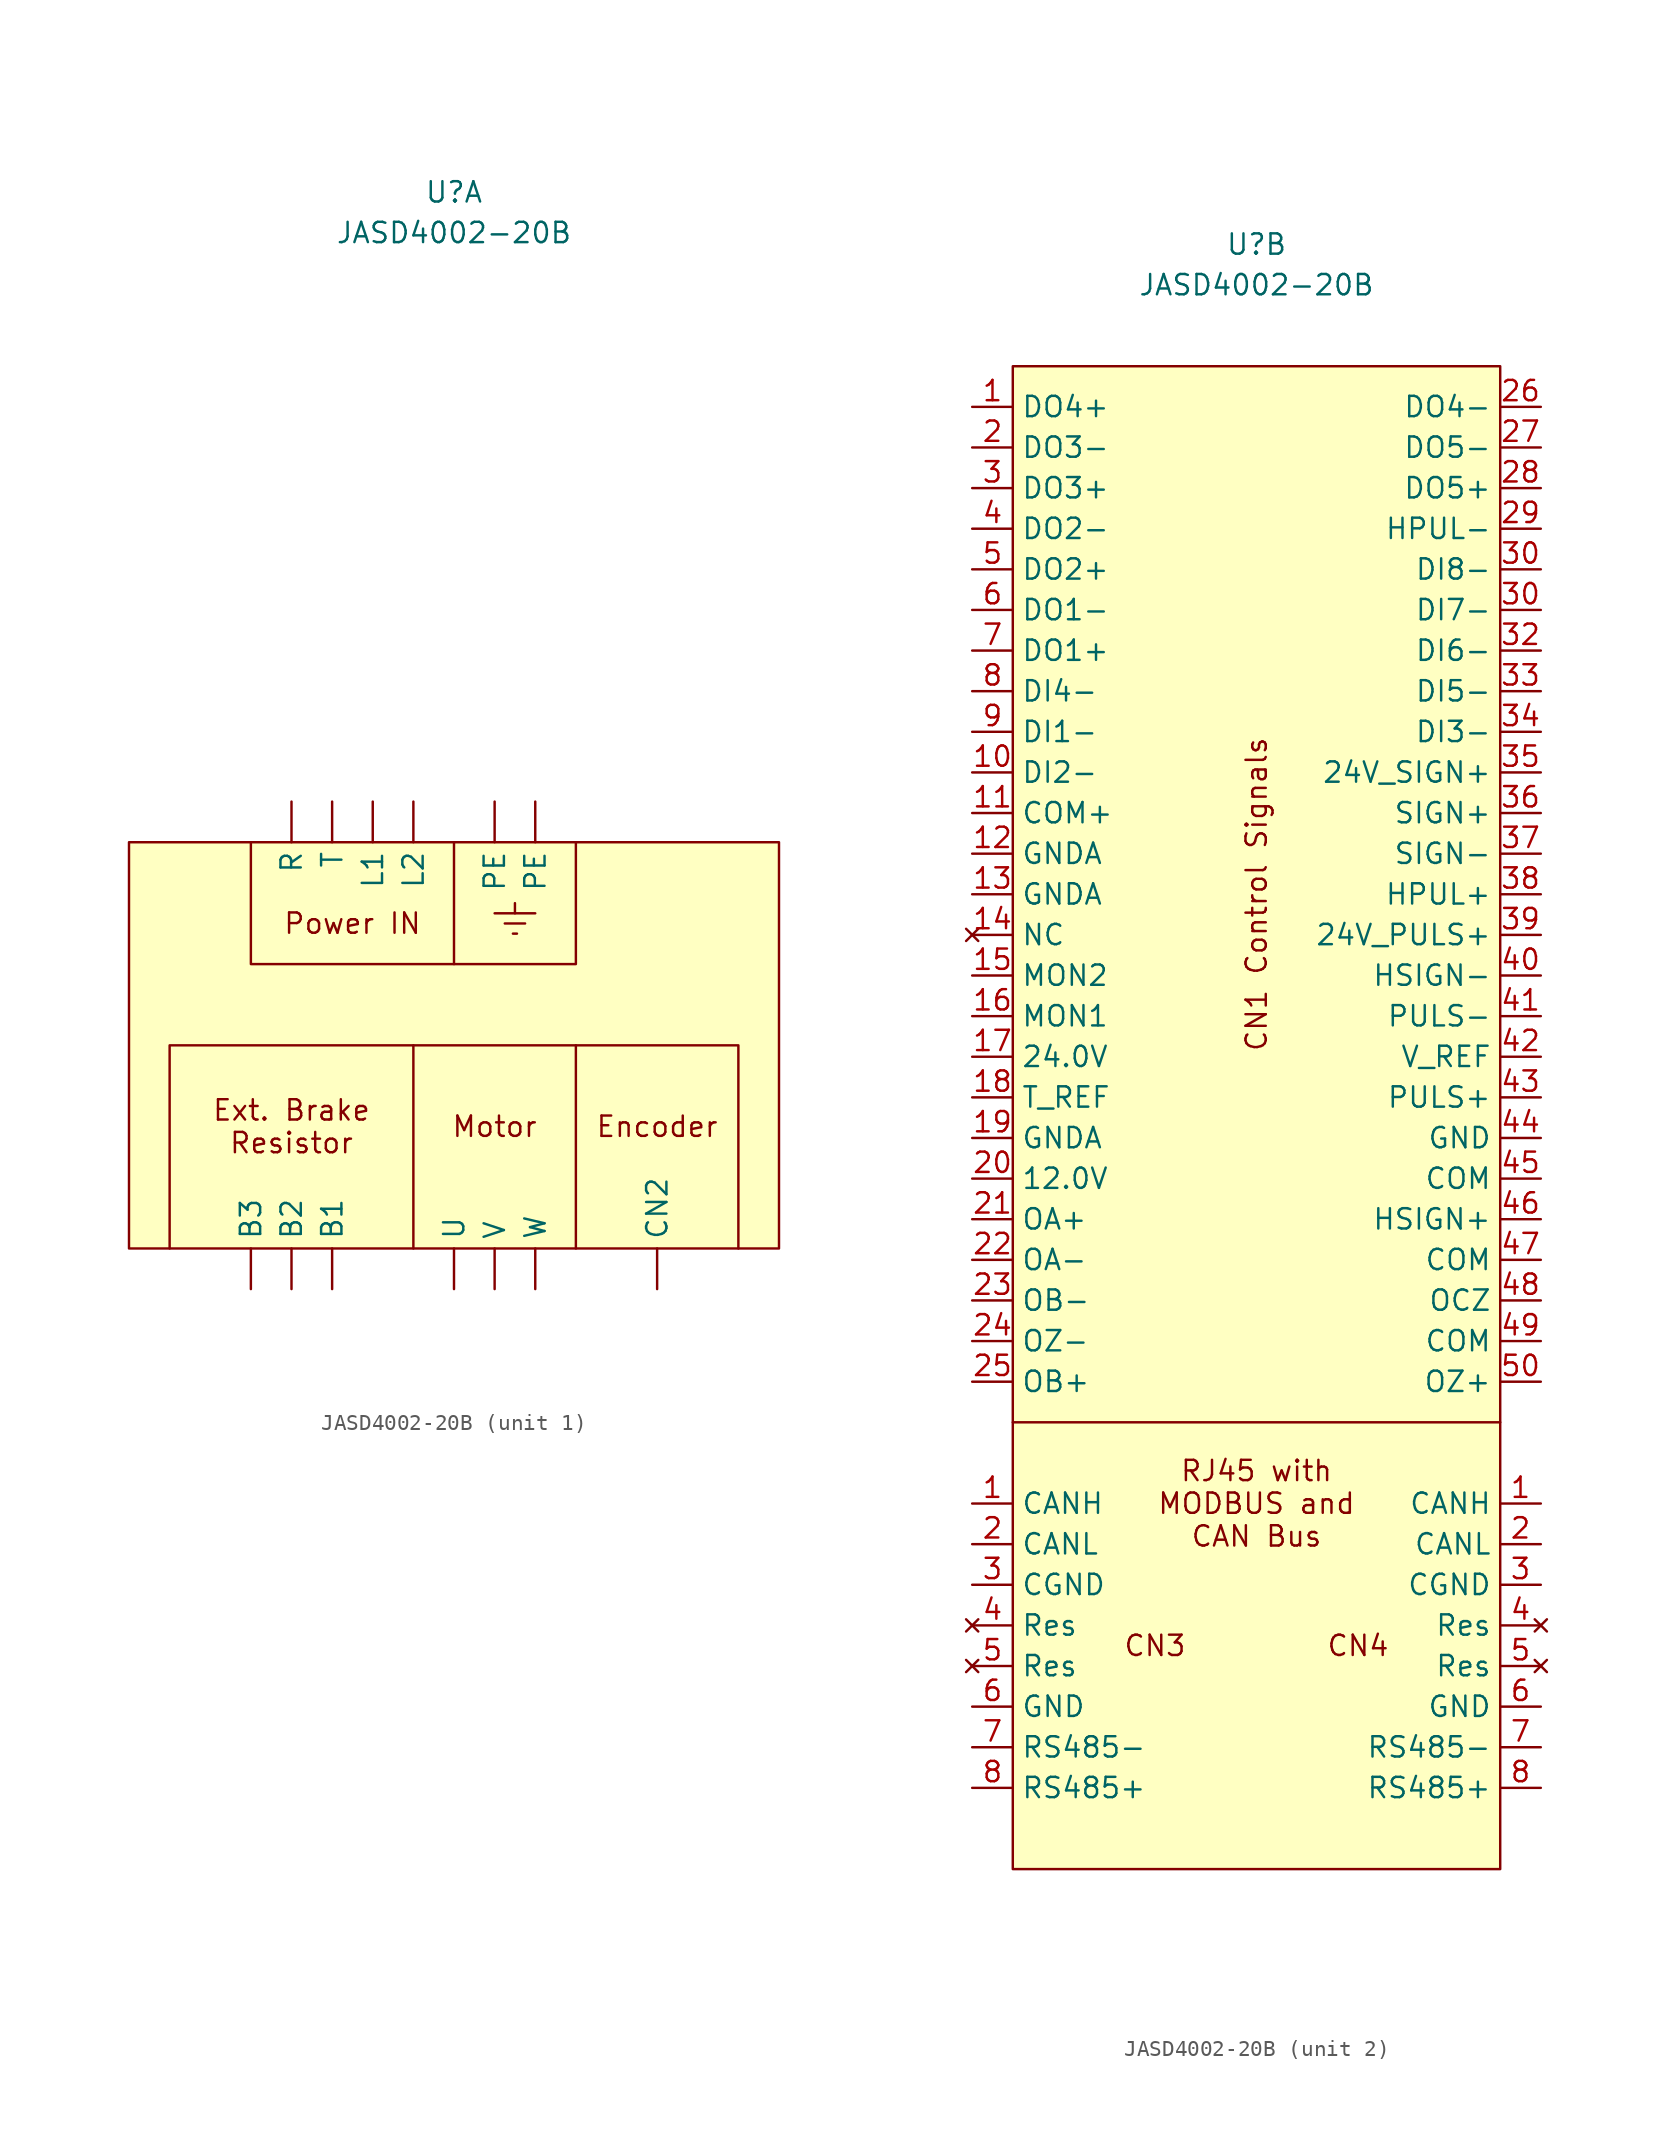
<source format=kicad_sym>
(kicad_symbol_lib
  (version 20241209)
  (generator "kicad_symbol_editor")
  (generator_version "9.0")
  (symbol "JASD4002-20B"
    (property "Reference" "U"
      (at 0 53.34 0)
      (effects (font (size 1.27 1.27))))
    (property "Value" "JASD4002-20B"
      (at 0 50.8 0)
      (effects (font (size 1.27 1.27))))
    (property "ki_locked" ""
      (at 0 0 0)
      (effects (font (size 1.27 1.27))))
    (symbol "JASD4002-20B_1_1"
      (rectangle (start -20.32 12.7) (end 20.32 -12.7) (stroke (width 0) (type default)) (fill (type background)))
      (polyline (pts (xy -17.78 -12.7) (xy -17.78 0) (xy -2.54 0) (xy -2.54 -12.7)) (stroke (width 0) (type default)) (fill (type none)))
      (polyline (pts (xy -12.7 12.7) (xy -12.7 5.08) (xy 0 5.08) (xy 0 12.7)) (stroke (width 0) (type default)) (fill (type none)))
      (polyline (pts (xy -2.54 0) (xy 7.62 0) (xy 7.62 -12.7)) (stroke (width 0) (type default)) (fill (type none)))
      (polyline (pts (xy 0 5.08) (xy 7.62 5.08) (xy 7.62 12.7)) (stroke (width 0) (type default)) (fill (type none)))
      (polyline (pts (xy 3.175 7.62) (xy 4.445 7.62)) (stroke (width 0) (type default)) (fill (type none)))
      (polyline (pts (xy 3.683 6.985) (xy 3.937 6.985)) (stroke (width 0) (type default)) (fill (type none)))
      (polyline (pts (xy 3.81 8.255) (xy 3.81 8.89)) (stroke (width 0) (type default)) (fill (type none)))
      (polyline (pts (xy 5.08 8.255) (xy 2.54 8.255)) (stroke (width 0) (type default)) (fill (type none)))
      (polyline (pts (xy 7.62 0) (xy 17.78 0) (xy 17.78 -12.7)) (stroke (width 0) (type default)) (fill (type none)))
      (text "Ext. Brake\nResistor" (at -10.16 -5.08 0) (effects (font (size 1.27 1.27))))
      (text "Power IN" (at -6.35 7.62 0) (effects (font (size 1.27 1.27))))
      (text "Motor" (at 2.54 -5.08 0) (effects (font (size 1.27 1.27))))
      (text "Encoder" (at 12.7 -5.08 0) (effects (font (size 1.27 1.27))))
      (pin power_out line (at -12.7 -15.24 90) (length 2.54) (name "B3" (effects (font (size 1.27 1.27)))) (number "" (effects (font (size 1.27 1.27)))))
      (pin power_in line (at -10.16 15.24 270) (length 2.54) (name "R" (effects (font (size 1.27 1.27)))) (number "" (effects (font (size 1.27 1.27)))))
      (pin power_out line (at -10.16 -15.24 90) (length 2.54) (name "B2" (effects (font (size 1.27 1.27)))) (number "" (effects (font (size 1.27 1.27)))))
      (pin power_in line (at -7.62 15.24 270) (length 2.54) (name "T" (effects (font (size 1.27 1.27)))) (number "" (effects (font (size 1.27 1.27)))))
      (pin power_out line (at -7.62 -15.24 90) (length 2.54) (name "B1" (effects (font (size 1.27 1.27)))) (number "" (effects (font (size 1.27 1.27)))))
      (pin power_in line (at -5.08 15.24 270) (length 2.54) (name "L1" (effects (font (size 1.27 1.27)))) (number "" (effects (font (size 1.27 1.27)))))
      (pin power_in line (at -2.54 15.24 270) (length 2.54) (name "L2" (effects (font (size 1.27 1.27)))) (number "" (effects (font (size 1.27 1.27)))))
      (pin power_out line (at 0 -15.24 90) (length 2.54) (name "U" (effects (font (size 1.27 1.27)))) (number "" (effects (font (size 1.27 1.27)))))
      (pin passive line (at 2.54 15.24 270) (length 2.54) (name "PE" (effects (font (size 1.27 1.27)))) (number "" (effects (font (size 1.27 1.27)))))
      (pin power_out line (at 2.54 -15.24 90) (length 2.54) (name "V" (effects (font (size 1.27 1.27)))) (number "" (effects (font (size 1.27 1.27)))))
      (pin passive line (at 5.08 15.24 270) (length 2.54) (name "PE" (effects (font (size 1.27 1.27)))) (number "" (effects (font (size 1.27 1.27)))))
      (pin power_out line (at 5.08 -15.24 90) (length 2.54) (name "W" (effects (font (size 1.27 1.27)))) (number "" (effects (font (size 1.27 1.27)))))
      (pin power_out line (at 12.7 -15.24 90) (length 2.54) (name "CN2" (effects (font (size 1.27 1.27)))) (number "" (effects (font (size 1.27 1.27))))))
    (symbol "JASD4002-20B_2_1"
      (rectangle (start -15.24 45.72) (end 15.24 -48.26) (stroke (width 0) (type default)) (fill (type background)))
      (polyline (pts (xy -15.24 -20.32) (xy 15.24 -20.32)) (stroke (width 0) (type default)) (fill (type none)))
      (text "CN3" (at -6.35 -34.29 0) (effects (font (size 1.27 1.27))))
      (text "CN1 Control Signals" (at 0 12.7 900) (effects (font (size 1.27 1.27))))
      (text "RJ45 with\nMODBUS and\nCAN Bus" (at 0 -25.4 0) (effects (font (size 1.27 1.27))))
      (text "CN4" (at 6.35 -34.29 0) (effects (font (size 1.27 1.27))))
      (pin output line (at -17.78 43.18 0) (length 2.54) (name "DO4+" (effects (font (size 1.27 1.27)))) (number "1" (effects (font (size 1.27 1.27)))))
      (pin output line (at -17.78 40.64 0) (length 2.54) (name "DO3-" (effects (font (size 1.27 1.27)))) (number "2" (effects (font (size 1.27 1.27)))))
      (pin output line (at -17.78 38.1 0) (length 2.54) (name "DO3+" (effects (font (size 1.27 1.27)))) (number "3" (effects (font (size 1.27 1.27)))))
      (pin output line (at -17.78 35.56 0) (length 2.54) (name "DO2-" (effects (font (size 1.27 1.27)))) (number "4" (effects (font (size 1.27 1.27)))))
      (pin output line (at -17.78 33.02 0) (length 2.54) (name "DO2+" (effects (font (size 1.27 1.27)))) (number "5" (effects (font (size 1.27 1.27)))))
      (pin output line (at -17.78 30.48 0) (length 2.54) (name "DO1-" (effects (font (size 1.27 1.27)))) (number "6" (effects (font (size 1.27 1.27)))))
      (pin output line (at -17.78 27.94 0) (length 2.54) (name "DO1+" (effects (font (size 1.27 1.27)))) (number "7" (effects (font (size 1.27 1.27)))))
      (pin input line (at -17.78 25.4 0) (length 2.54) (name "DI4-" (effects (font (size 1.27 1.27)))) (number "8" (effects (font (size 1.27 1.27)))))
      (pin input line (at -17.78 22.86 0) (length 2.54) (name "DI1-" (effects (font (size 1.27 1.27)))) (number "9" (effects (font (size 1.27 1.27)))))
      (pin input line (at -17.78 20.32 0) (length 2.54) (name "DI2-" (effects (font (size 1.27 1.27)))) (number "10" (effects (font (size 1.27 1.27)))))
      (pin input line (at -17.78 17.78 0) (length 2.54) (name "COM+" (effects (font (size 1.27 1.27)))) (number "11" (effects (font (size 1.27 1.27)))))
      (pin passive line (at -17.78 15.24 0) (length 2.54) (name "GNDA" (effects (font (size 1.27 1.27)))) (number "12" (effects (font (size 1.27 1.27)))))
      (pin passive line (at -17.78 12.7 0) (length 2.54) (name "GNDA" (effects (font (size 1.27 1.27)))) (number "13" (effects (font (size 1.27 1.27)))))
      (pin no_connect line (at -17.78 10.16 0) (length 2.54) (name "NC" (effects (font (size 1.27 1.27)))) (number "14" (effects (font (size 1.27 1.27)))))
      (pin output line (at -17.78 7.62 0) (length 2.54) (name "MON2" (effects (font (size 1.27 1.27)))) (number "15" (effects (font (size 1.27 1.27)))))
      (pin output line (at -17.78 5.08 0) (length 2.54) (name "MON1" (effects (font (size 1.27 1.27)))) (number "16" (effects (font (size 1.27 1.27)))))
      (pin passive line (at -17.78 2.54 0) (length 2.54) (name "24.0V" (effects (font (size 1.27 1.27)))) (number "17" (effects (font (size 1.27 1.27)))))
      (pin input line (at -17.78 0 0) (length 2.54) (name "T_REF" (effects (font (size 1.27 1.27)))) (number "18" (effects (font (size 1.27 1.27)))))
      (pin passive line (at -17.78 -2.54 0) (length 2.54) (name "GNDA" (effects (font (size 1.27 1.27)))) (number "19" (effects (font (size 1.27 1.27)))))
      (pin passive line (at -17.78 -5.08 0) (length 2.54) (name "12.0V" (effects (font (size 1.27 1.27)))) (number "20" (effects (font (size 1.27 1.27)))))
      (pin output line (at -17.78 -7.62 0) (length 2.54) (name "OA+" (effects (font (size 1.27 1.27)))) (number "21" (effects (font (size 1.27 1.27)))))
      (pin output line (at -17.78 -10.16 0) (length 2.54) (name "OA-" (effects (font (size 1.27 1.27)))) (number "22" (effects (font (size 1.27 1.27)))))
      (pin output line (at -17.78 -12.7 0) (length 2.54) (name "OB-" (effects (font (size 1.27 1.27)))) (number "23" (effects (font (size 1.27 1.27)))))
      (pin output line (at -17.78 -15.24 0) (length 2.54) (name "OZ-" (effects (font (size 1.27 1.27)))) (number "24" (effects (font (size 1.27 1.27)))))
      (pin output line (at -17.78 -17.78 0) (length 2.54) (name "OB+" (effects (font (size 1.27 1.27)))) (number "25" (effects (font (size 1.27 1.27)))))
      (pin bidirectional line (at -17.78 -25.4 0) (length 2.54) (name "CANH" (effects (font (size 1.27 1.27)))) (number "1" (effects (font (size 1.27 1.27)))))
      (pin bidirectional line (at -17.78 -27.94 0) (length 2.54) (name "CANL" (effects (font (size 1.27 1.27)))) (number "2" (effects (font (size 1.27 1.27)))))
      (pin bidirectional line (at -17.78 -30.48 0) (length 2.54) (name "CGND" (effects (font (size 1.27 1.27)))) (number "3" (effects (font (size 1.27 1.27)))))
      (pin no_connect line (at -17.78 -33.02 0) (length 2.54) (name "Res" (effects (font (size 1.27 1.27)))) (number "4" (effects (font (size 1.27 1.27)))))
      (pin no_connect line (at -17.78 -35.56 0) (length 2.54) (name "Res" (effects (font (size 1.27 1.27)))) (number "5" (effects (font (size 1.27 1.27)))))
      (pin bidirectional line (at -17.78 -38.1 0) (length 2.54) (name "GND" (effects (font (size 1.27 1.27)))) (number "6" (effects (font (size 1.27 1.27)))))
      (pin bidirectional line (at -17.78 -40.64 0) (length 2.54) (name "RS485-" (effects (font (size 1.27 1.27)))) (number "7" (effects (font (size 1.27 1.27)))))
      (pin bidirectional line (at -17.78 -43.18 0) (length 2.54) (name "RS485+" (effects (font (size 1.27 1.27)))) (number "8" (effects (font (size 1.27 1.27)))))
      (pin output line (at 17.78 43.18 180) (length 2.54) (name "DO4-" (effects (font (size 1.27 1.27)))) (number "26" (effects (font (size 1.27 1.27)))))
      (pin output line (at 17.78 40.64 180) (length 2.54) (name "DO5-" (effects (font (size 1.27 1.27)))) (number "27" (effects (font (size 1.27 1.27)))))
      (pin output line (at 17.78 38.1 180) (length 2.54) (name "DO5+" (effects (font (size 1.27 1.27)))) (number "28" (effects (font (size 1.27 1.27)))))
      (pin bidirectional line (at 17.78 35.56 180) (length 2.54) (name "HPUL-" (effects (font (size 1.27 1.27)))) (number "29" (effects (font (size 1.27 1.27)))))
      (pin input line (at 17.78 33.02 180) (length 2.54) (name "DI8-" (effects (font (size 1.27 1.27)))) (number "30" (effects (font (size 1.27 1.27)))))
      (pin input line (at 17.78 30.48 180) (length 2.54) (name "DI7-" (effects (font (size 1.27 1.27)))) (number "30" (effects (font (size 1.27 1.27)))))
      (pin input line (at 17.78 27.94 180) (length 2.54) (name "DI6-" (effects (font (size 1.27 1.27)))) (number "32" (effects (font (size 1.27 1.27)))))
      (pin input line (at 17.78 25.4 180) (length 2.54) (name "DI5-" (effects (font (size 1.27 1.27)))) (number "33" (effects (font (size 1.27 1.27)))))
      (pin input line (at 17.78 22.86 180) (length 2.54) (name "DI3-" (effects (font (size 1.27 1.27)))) (number "34" (effects (font (size 1.27 1.27)))))
      (pin input line (at 17.78 20.32 180) (length 2.54) (name "24V_SIGN+" (effects (font (size 1.27 1.27)))) (number "35" (effects (font (size 1.27 1.27)))))
      (pin input line (at 17.78 17.78 180) (length 2.54) (name "SIGN+" (effects (font (size 1.27 1.27)))) (number "36" (effects (font (size 1.27 1.27)))))
      (pin input line (at 17.78 15.24 180) (length 2.54) (name "SIGN-" (effects (font (size 1.27 1.27)))) (number "37" (effects (font (size 1.27 1.27)))))
      (pin input line (at 17.78 12.7 180) (length 2.54) (name "HPUL+" (effects (font (size 1.27 1.27)))) (number "38" (effects (font (size 1.27 1.27)))))
      (pin input line (at 17.78 10.16 180) (length 2.54) (name "24V_PULS+" (effects (font (size 1.27 1.27)))) (number "39" (effects (font (size 1.27 1.27)))))
      (pin input line (at 17.78 7.62 180) (length 2.54) (name "HSIGN-" (effects (font (size 1.27 1.27)))) (number "40" (effects (font (size 1.27 1.27)))))
      (pin input line (at 17.78 5.08 180) (length 2.54) (name "PULS-" (effects (font (size 1.27 1.27)))) (number "41" (effects (font (size 1.27 1.27)))))
      (pin input line (at 17.78 2.54 180) (length 2.54) (name "V_REF" (effects (font (size 1.27 1.27)))) (number "42" (effects (font (size 1.27 1.27)))))
      (pin input line (at 17.78 0 180) (length 2.54) (name "PULS+" (effects (font (size 1.27 1.27)))) (number "43" (effects (font (size 1.27 1.27)))))
      (pin passive line (at 17.78 -2.54 180) (length 2.54) (name "GND" (effects (font (size 1.27 1.27)))) (number "44" (effects (font (size 1.27 1.27)))))
      (pin output line (at 17.78 -5.08 180) (length 2.54) (name "COM" (effects (font (size 1.27 1.27)))) (number "45" (effects (font (size 1.27 1.27)))))
      (pin input line (at 17.78 -7.62 180) (length 2.54) (name "HSIGN+" (effects (font (size 1.27 1.27)))) (number "46" (effects (font (size 1.27 1.27)))))
      (pin output line (at 17.78 -10.16 180) (length 2.54) (name "COM" (effects (font (size 1.27 1.27)))) (number "47" (effects (font (size 1.27 1.27)))))
      (pin output line (at 17.78 -12.7 180) (length 2.54) (name "OCZ" (effects (font (size 1.27 1.27)))) (number "48" (effects (font (size 1.27 1.27)))))
      (pin output line (at 17.78 -15.24 180) (length 2.54) (name "COM" (effects (font (size 1.27 1.27)))) (number "49" (effects (font (size 1.27 1.27)))))
      (pin output line (at 17.78 -17.78 180) (length 2.54) (name "OZ+" (effects (font (size 1.27 1.27)))) (number "50" (effects (font (size 1.27 1.27)))))
      (pin bidirectional line (at 17.78 -25.4 180) (length 2.54) (name "CANH" (effects (font (size 1.27 1.27)))) (number "1" (effects (font (size 1.27 1.27)))))
      (pin bidirectional line (at 17.78 -27.94 180) (length 2.54) (name "CANL" (effects (font (size 1.27 1.27)))) (number "2" (effects (font (size 1.27 1.27)))))
      (pin bidirectional line (at 17.78 -30.48 180) (length 2.54) (name "CGND" (effects (font (size 1.27 1.27)))) (number "3" (effects (font (size 1.27 1.27)))))
      (pin no_connect line (at 17.78 -33.02 180) (length 2.54) (name "Res" (effects (font (size 1.27 1.27)))) (number "4" (effects (font (size 1.27 1.27)))))
      (pin no_connect line (at 17.78 -35.56 180) (length 2.54) (name "Res" (effects (font (size 1.27 1.27)))) (number "5" (effects (font (size 1.27 1.27)))))
      (pin bidirectional line (at 17.78 -38.1 180) (length 2.54) (name "GND" (effects (font (size 1.27 1.27)))) (number "6" (effects (font (size 1.27 1.27)))))
      (pin bidirectional line (at 17.78 -40.64 180) (length 2.54) (name "RS485-" (effects (font (size 1.27 1.27)))) (number "7" (effects (font (size 1.27 1.27)))))
      (pin bidirectional line (at 17.78 -43.18 180) (length 2.54) (name "RS485+" (effects (font (size 1.27 1.27)))) (number "8" (effects (font (size 1.27 1.27))))))))
</source>
